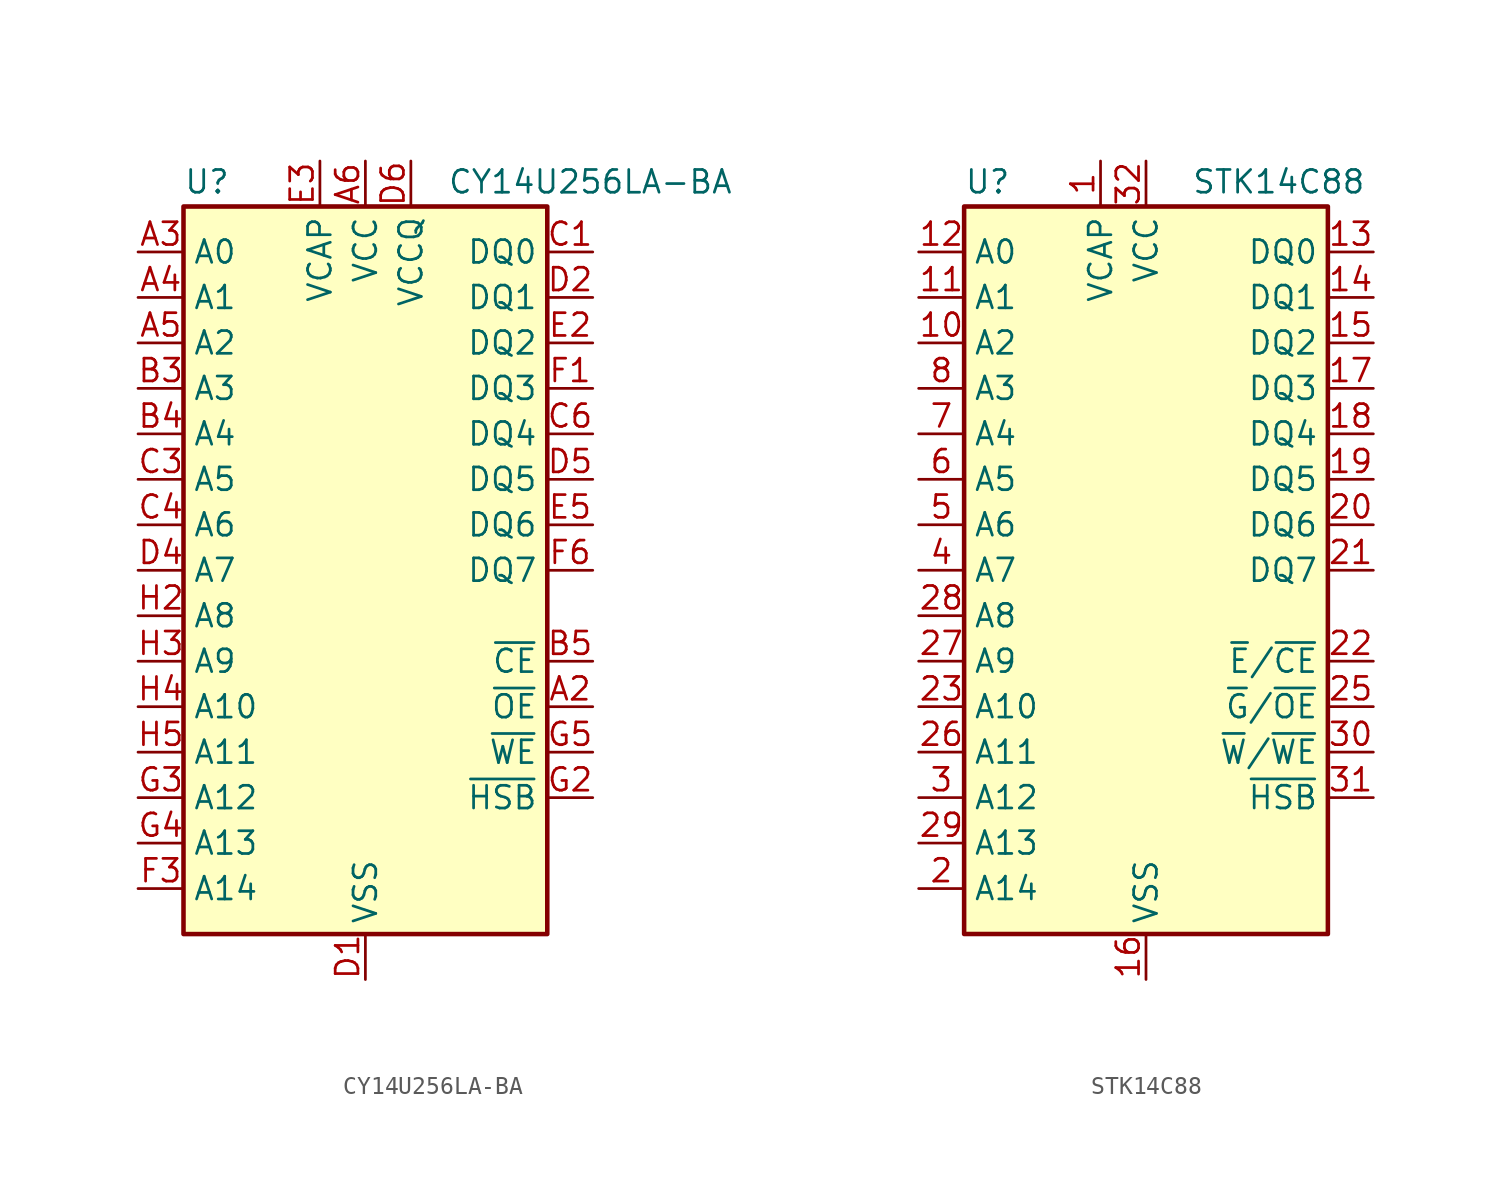
<source format=kicad_sym>
(kicad_symbol_lib
  (version 20241209)
  (generator "kicad_symbol_editor")
  (generator_version "9.0")
  (symbol "CY14U256LA-BA"
    (property "Reference" "U"
      (at -10.16 20.955 0)
      (effects (font (size 1.27 1.27)) (justify left bottom)))
    (property "Value" "CY14U256LA-BA"
      (at 4.572 20.955 0)
      (effects (font (size 1.27 1.27)) (justify left bottom)))
    (symbol "CY14U256LA-BA_0_0"
      (pin power_in line (at 0 22.86 270) (length 2.54) (name "VCC" (effects (font (size 1.27 1.27)))) (number "A6" (effects (font (size 1.27 1.27)))))
      (pin passive line (at 0 22.86 270) (length 2.54) (hide yes) (name "VCC" (effects (font (size 1.27 1.27)))) (number "C2" (effects (font (size 1.27 1.27)))))
      (pin power_in line (at 0 -22.86 90) (length 2.54) (name "VSS" (effects (font (size 1.27 1.27)))) (number "D1" (effects (font (size 1.27 1.27)))))
      (pin passive line (at 0 -22.86 90) (length 2.54) (hide yes) (name "VSS" (effects (font (size 1.27 1.27)))) (number "E4" (effects (font (size 1.27 1.27))))))
    (symbol "CY14U256LA-BA_0_1"
      (rectangle (start -10.16 20.32) (end 10.16 -20.32) (stroke (width 0.254) (type default)) (fill (type background))))
    (symbol "CY14U256LA-BA_1_1"
      (pin input line (at -12.7 17.78 0) (length 2.54) (name "A0" (effects (font (size 1.27 1.27)))) (number "A3" (effects (font (size 1.27 1.27)))))
      (pin input line (at -12.7 15.24 0) (length 2.54) (name "A1" (effects (font (size 1.27 1.27)))) (number "A4" (effects (font (size 1.27 1.27)))))
      (pin input line (at -12.7 12.7 0) (length 2.54) (name "A2" (effects (font (size 1.27 1.27)))) (number "A5" (effects (font (size 1.27 1.27)))))
      (pin input line (at -12.7 10.16 0) (length 2.54) (name "A3" (effects (font (size 1.27 1.27)))) (number "B3" (effects (font (size 1.27 1.27)))))
      (pin input line (at -12.7 7.62 0) (length 2.54) (name "A4" (effects (font (size 1.27 1.27)))) (number "B4" (effects (font (size 1.27 1.27)))))
      (pin input line (at -12.7 5.08 0) (length 2.54) (name "A5" (effects (font (size 1.27 1.27)))) (number "C3" (effects (font (size 1.27 1.27)))))
      (pin input line (at -12.7 2.54 0) (length 2.54) (name "A6" (effects (font (size 1.27 1.27)))) (number "C4" (effects (font (size 1.27 1.27)))))
      (pin input line (at -12.7 0 0) (length 2.54) (name "A7" (effects (font (size 1.27 1.27)))) (number "D4" (effects (font (size 1.27 1.27)))))
      (pin input line (at -12.7 -2.54 0) (length 2.54) (name "A8" (effects (font (size 1.27 1.27)))) (number "H2" (effects (font (size 1.27 1.27)))))
      (pin input line (at -12.7 -5.08 0) (length 2.54) (name "A9" (effects (font (size 1.27 1.27)))) (number "H3" (effects (font (size 1.27 1.27)))))
      (pin input line (at -12.7 -7.62 0) (length 2.54) (name "A10" (effects (font (size 1.27 1.27)))) (number "H4" (effects (font (size 1.27 1.27)))))
      (pin input line (at -12.7 -10.16 0) (length 2.54) (name "A11" (effects (font (size 1.27 1.27)))) (number "H5" (effects (font (size 1.27 1.27)))))
      (pin input line (at -12.7 -12.7 0) (length 2.54) (name "A12" (effects (font (size 1.27 1.27)))) (number "G3" (effects (font (size 1.27 1.27)))))
      (pin input line (at -12.7 -15.24 0) (length 2.54) (name "A13" (effects (font (size 1.27 1.27)))) (number "G4" (effects (font (size 1.27 1.27)))))
      (pin input line (at -12.7 -17.78 0) (length 2.54) (name "A14" (effects (font (size 1.27 1.27)))) (number "F3" (effects (font (size 1.27 1.27)))))
      (pin no_connect line (at -7.62 -20.32 90) (length 2.54) (hide yes) (name "NC" (effects (font (size 1.27 1.27)))) (number "B2" (effects (font (size 1.27 1.27)))))
      (pin no_connect line (at -5.08 20.32 270) (length 2.54) (hide yes) (name "NC" (effects (font (size 1.27 1.27)))) (number "H6" (effects (font (size 1.27 1.27)))))
      (pin no_connect line (at -5.08 -20.32 90) (length 2.54) (hide yes) (name "NC" (effects (font (size 1.27 1.27)))) (number "B6" (effects (font (size 1.27 1.27)))))
      (pin power_in line (at -2.54 22.86 270) (length 2.54) (name "VCAP" (effects (font (size 1.27 1.27)))) (number "E3" (effects (font (size 1.27 1.27)))))
      (pin no_connect line (at -2.54 -20.32 90) (length 2.54) (hide yes) (name "NC" (effects (font (size 1.27 1.27)))) (number "C5" (effects (font (size 1.27 1.27)))))
      (pin passive line (at 0 -22.86 90) (length 2.54) (hide yes) (name "VSS" (effects (font (size 1.27 1.27)))) (number "E6" (effects (font (size 1.27 1.27)))))
      (pin passive line (at 0 -22.86 90) (length 2.54) (hide yes) (name "VSS" (effects (font (size 1.27 1.27)))) (number "F4" (effects (font (size 1.27 1.27)))))
      (pin power_in line (at 2.54 22.86 270) (length 2.54) (name "VCCQ" (effects (font (size 1.27 1.27)))) (number "D6" (effects (font (size 1.27 1.27)))))
      (pin passive line (at 2.54 22.86 270) (length 2.54) (hide yes) (name "VCCQ" (effects (font (size 1.27 1.27)))) (number "E1" (effects (font (size 1.27 1.27)))))
      (pin no_connect line (at 2.54 -20.32 90) (length 2.54) (hide yes) (name "NC" (effects (font (size 1.27 1.27)))) (number "D3" (effects (font (size 1.27 1.27)))))
      (pin no_connect line (at 5.08 20.32 270) (length 2.54) (hide yes) (name "NC" (effects (font (size 1.27 1.27)))) (number "H1" (effects (font (size 1.27 1.27)))))
      (pin no_connect line (at 5.08 -20.32 90) (length 2.54) (hide yes) (name "NC" (effects (font (size 1.27 1.27)))) (number "F2" (effects (font (size 1.27 1.27)))))
      (pin no_connect line (at 7.62 20.32 270) (length 2.54) (hide yes) (name "NC" (effects (font (size 1.27 1.27)))) (number "G6" (effects (font (size 1.27 1.27)))))
      (pin no_connect line (at 7.62 -20.32 90) (length 2.54) (hide yes) (name "NC" (effects (font (size 1.27 1.27)))) (number "F5" (effects (font (size 1.27 1.27)))))
      (pin no_connect line (at 10.16 -2.54 180) (length 2.54) (hide yes) (name "NC" (effects (font (size 1.27 1.27)))) (number "G1" (effects (font (size 1.27 1.27)))))
      (pin no_connect line (at 10.16 -15.24 180) (length 2.54) (hide yes) (name "NC" (effects (font (size 1.27 1.27)))) (number "A1" (effects (font (size 1.27 1.27)))))
      (pin no_connect line (at 10.16 -17.78 180) (length 2.54) (hide yes) (name "NC" (effects (font (size 1.27 1.27)))) (number "B1" (effects (font (size 1.27 1.27)))))
      (pin tri_state line (at 12.7 17.78 180) (length 2.54) (name "DQ0" (effects (font (size 1.27 1.27)))) (number "C1" (effects (font (size 1.27 1.27)))))
      (pin tri_state line (at 12.7 15.24 180) (length 2.54) (name "DQ1" (effects (font (size 1.27 1.27)))) (number "D2" (effects (font (size 1.27 1.27)))))
      (pin tri_state line (at 12.7 12.7 180) (length 2.54) (name "DQ2" (effects (font (size 1.27 1.27)))) (number "E2" (effects (font (size 1.27 1.27)))))
      (pin tri_state line (at 12.7 10.16 180) (length 2.54) (name "DQ3" (effects (font (size 1.27 1.27)))) (number "F1" (effects (font (size 1.27 1.27)))))
      (pin tri_state line (at 12.7 7.62 180) (length 2.54) (name "DQ4" (effects (font (size 1.27 1.27)))) (number "C6" (effects (font (size 1.27 1.27)))))
      (pin tri_state line (at 12.7 5.08 180) (length 2.54) (name "DQ5" (effects (font (size 1.27 1.27)))) (number "D5" (effects (font (size 1.27 1.27)))))
      (pin tri_state line (at 12.7 2.54 180) (length 2.54) (name "DQ6" (effects (font (size 1.27 1.27)))) (number "E5" (effects (font (size 1.27 1.27)))))
      (pin tri_state line (at 12.7 0 180) (length 2.54) (name "DQ7" (effects (font (size 1.27 1.27)))) (number "F6" (effects (font (size 1.27 1.27)))))
      (pin input line (at 12.7 -5.08 180) (length 2.54) (name "~{CE}" (effects (font (size 1.27 1.27)))) (number "B5" (effects (font (size 1.27 1.27)))))
      (pin input line (at 12.7 -7.62 180) (length 2.54) (name "~{OE}" (effects (font (size 1.27 1.27)))) (number "A2" (effects (font (size 1.27 1.27)))))
      (pin input line (at 12.7 -10.16 180) (length 2.54) (name "~{WE}" (effects (font (size 1.27 1.27)))) (number "G5" (effects (font (size 1.27 1.27)))))
      (pin bidirectional line (at 12.7 -12.7 180) (length 2.54) (name "~{HSB}" (effects (font (size 1.27 1.27)))) (number "G2" (effects (font (size 1.27 1.27)))))))
  (symbol "STK14C88"
    (property "Reference" "U"
      (at -10.16 20.955 0)
      (effects (font (size 1.27 1.27)) (justify left bottom)))
    (property "Value" "STK14C88"
      (at 2.54 20.955 0)
      (effects (font (size 1.27 1.27)) (justify left bottom)))
    (symbol "STK14C88_0_0"
      (pin power_in line (at 0 22.86 270) (length 2.54) (name "VCC" (effects (font (size 1.27 1.27)))) (number "32" (effects (font (size 1.27 1.27)))))
      (pin power_in line (at 0 -22.86 90) (length 2.54) (name "VSS" (effects (font (size 1.27 1.27)))) (number "16" (effects (font (size 1.27 1.27))))))
    (symbol "STK14C88_0_1"
      (rectangle (start -10.16 20.32) (end 10.16 -20.32) (stroke (width 0.254) (type default)) (fill (type background))))
    (symbol "STK14C88_1_1"
      (pin input line (at -12.7 17.78 0) (length 2.54) (name "A0" (effects (font (size 1.27 1.27)))) (number "12" (effects (font (size 1.27 1.27)))))
      (pin input line (at -12.7 15.24 0) (length 2.54) (name "A1" (effects (font (size 1.27 1.27)))) (number "11" (effects (font (size 1.27 1.27)))))
      (pin input line (at -12.7 12.7 0) (length 2.54) (name "A2" (effects (font (size 1.27 1.27)))) (number "10" (effects (font (size 1.27 1.27)))))
      (pin input line (at -12.7 10.16 0) (length 2.54) (name "A3" (effects (font (size 1.27 1.27)))) (number "8" (effects (font (size 1.27 1.27)))))
      (pin input line (at -12.7 7.62 0) (length 2.54) (name "A4" (effects (font (size 1.27 1.27)))) (number "7" (effects (font (size 1.27 1.27)))))
      (pin input line (at -12.7 5.08 0) (length 2.54) (name "A5" (effects (font (size 1.27 1.27)))) (number "6" (effects (font (size 1.27 1.27)))))
      (pin input line (at -12.7 2.54 0) (length 2.54) (name "A6" (effects (font (size 1.27 1.27)))) (number "5" (effects (font (size 1.27 1.27)))))
      (pin input line (at -12.7 0 0) (length 2.54) (name "A7" (effects (font (size 1.27 1.27)))) (number "4" (effects (font (size 1.27 1.27)))))
      (pin input line (at -12.7 -2.54 0) (length 2.54) (name "A8" (effects (font (size 1.27 1.27)))) (number "28" (effects (font (size 1.27 1.27)))))
      (pin input line (at -12.7 -5.08 0) (length 2.54) (name "A9" (effects (font (size 1.27 1.27)))) (number "27" (effects (font (size 1.27 1.27)))))
      (pin input line (at -12.7 -7.62 0) (length 2.54) (name "A10" (effects (font (size 1.27 1.27)))) (number "23" (effects (font (size 1.27 1.27)))))
      (pin input line (at -12.7 -10.16 0) (length 2.54) (name "A11" (effects (font (size 1.27 1.27)))) (number "26" (effects (font (size 1.27 1.27)))))
      (pin input line (at -12.7 -12.7 0) (length 2.54) (name "A12" (effects (font (size 1.27 1.27)))) (number "3" (effects (font (size 1.27 1.27)))))
      (pin input line (at -12.7 -15.24 0) (length 2.54) (name "A13" (effects (font (size 1.27 1.27)))) (number "29" (effects (font (size 1.27 1.27)))))
      (pin input line (at -12.7 -17.78 0) (length 2.54) (name "A14" (effects (font (size 1.27 1.27)))) (number "2" (effects (font (size 1.27 1.27)))))
      (pin power_in line (at -2.54 22.86 270) (length 2.54) (name "VCAP" (effects (font (size 1.27 1.27)))) (number "1" (effects (font (size 1.27 1.27)))))
      (pin no_connect line (at 10.16 -15.24 180) (length 2.54) (hide yes) (name "NC" (effects (font (size 1.27 1.27)))) (number "9" (effects (font (size 1.27 1.27)))))
      (pin no_connect line (at 10.16 -17.78 180) (length 2.54) (hide yes) (name "NC" (effects (font (size 1.27 1.27)))) (number "24" (effects (font (size 1.27 1.27)))))
      (pin tri_state line (at 12.7 17.78 180) (length 2.54) (name "DQ0" (effects (font (size 1.27 1.27)))) (number "13" (effects (font (size 1.27 1.27)))))
      (pin tri_state line (at 12.7 15.24 180) (length 2.54) (name "DQ1" (effects (font (size 1.27 1.27)))) (number "14" (effects (font (size 1.27 1.27)))))
      (pin tri_state line (at 12.7 12.7 180) (length 2.54) (name "DQ2" (effects (font (size 1.27 1.27)))) (number "15" (effects (font (size 1.27 1.27)))))
      (pin tri_state line (at 12.7 10.16 180) (length 2.54) (name "DQ3" (effects (font (size 1.27 1.27)))) (number "17" (effects (font (size 1.27 1.27)))))
      (pin tri_state line (at 12.7 7.62 180) (length 2.54) (name "DQ4" (effects (font (size 1.27 1.27)))) (number "18" (effects (font (size 1.27 1.27)))))
      (pin tri_state line (at 12.7 5.08 180) (length 2.54) (name "DQ5" (effects (font (size 1.27 1.27)))) (number "19" (effects (font (size 1.27 1.27)))))
      (pin tri_state line (at 12.7 2.54 180) (length 2.54) (name "DQ6" (effects (font (size 1.27 1.27)))) (number "20" (effects (font (size 1.27 1.27)))))
      (pin tri_state line (at 12.7 0 180) (length 2.54) (name "DQ7" (effects (font (size 1.27 1.27)))) (number "21" (effects (font (size 1.27 1.27)))))
      (pin input line (at 12.7 -5.08 180) (length 2.54) (name "~{E}/~{CE}" (effects (font (size 1.27 1.27)))) (number "22" (effects (font (size 1.27 1.27)))))
      (pin input line (at 12.7 -7.62 180) (length 2.54) (name "~{G}/~{OE}" (effects (font (size 1.27 1.27)))) (number "25" (effects (font (size 1.27 1.27)))))
      (pin input line (at 12.7 -10.16 180) (length 2.54) (name "~{W}/~{WE}" (effects (font (size 1.27 1.27)))) (number "30" (effects (font (size 1.27 1.27)))))
      (pin bidirectional line (at 12.7 -12.7 180) (length 2.54) (name "~{HSB}" (effects (font (size 1.27 1.27)))) (number "31" (effects (font (size 1.27 1.27))))))))
</source>
